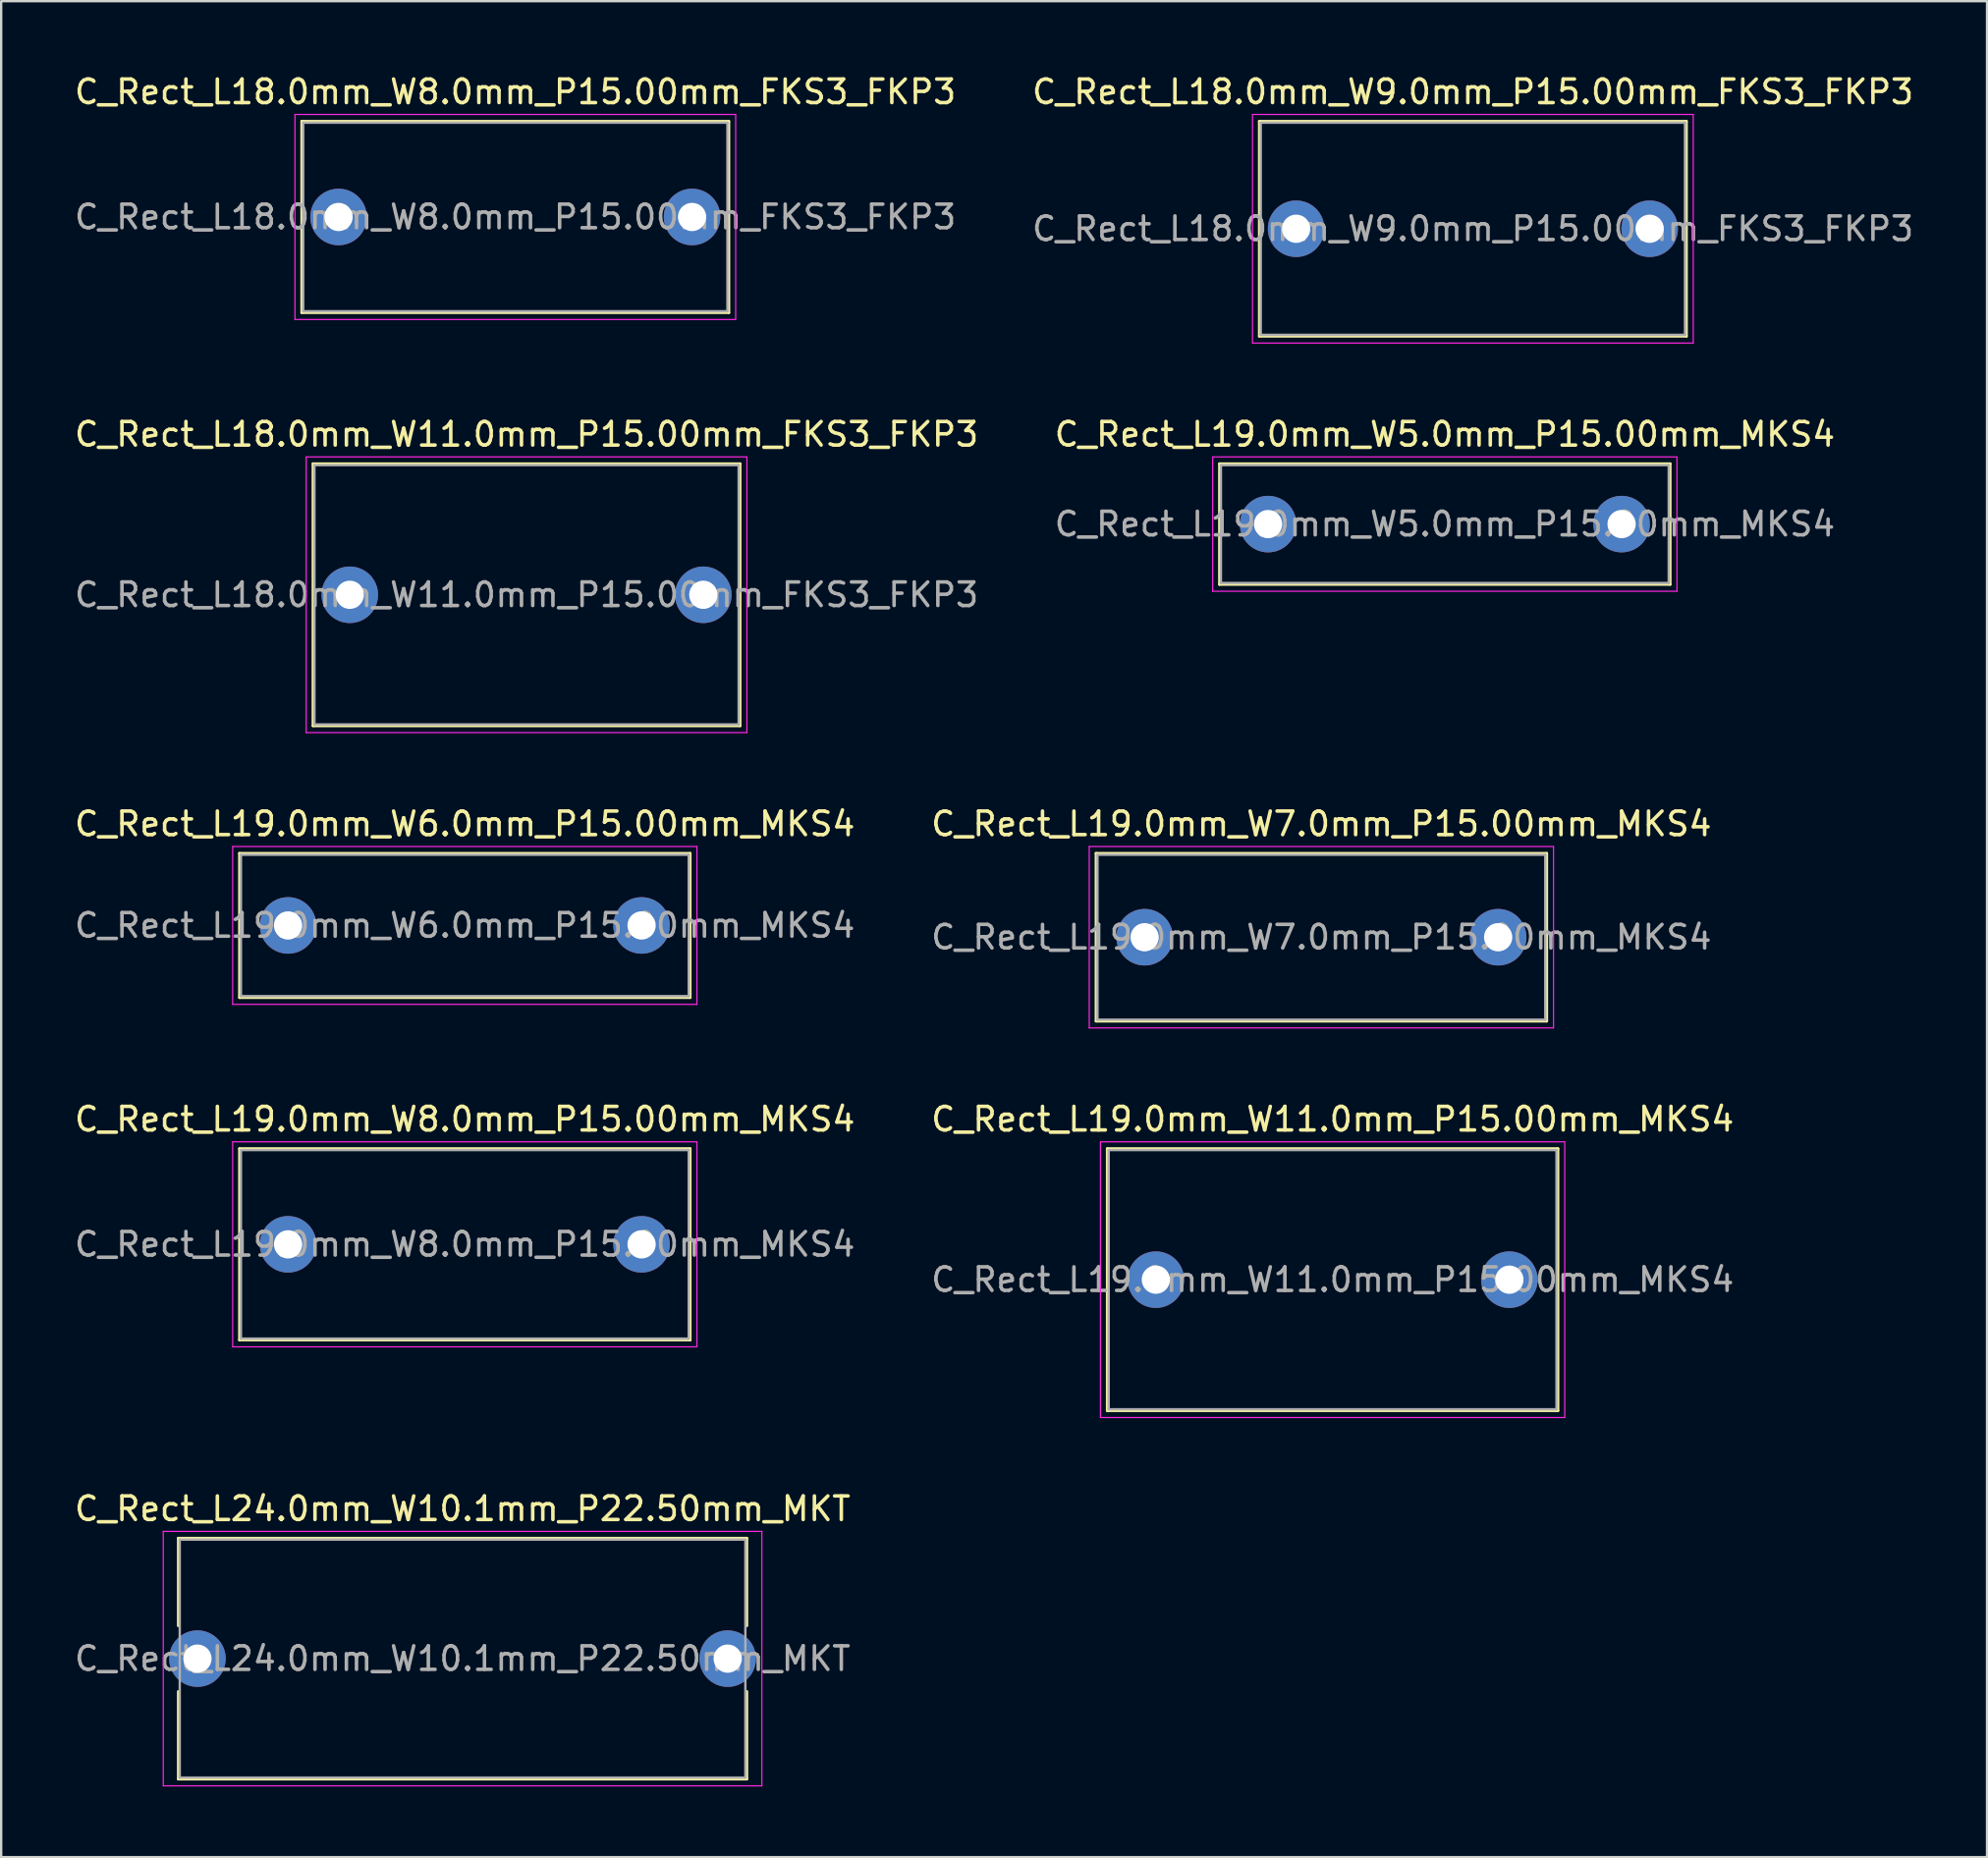
<source format=kicad_pcb>
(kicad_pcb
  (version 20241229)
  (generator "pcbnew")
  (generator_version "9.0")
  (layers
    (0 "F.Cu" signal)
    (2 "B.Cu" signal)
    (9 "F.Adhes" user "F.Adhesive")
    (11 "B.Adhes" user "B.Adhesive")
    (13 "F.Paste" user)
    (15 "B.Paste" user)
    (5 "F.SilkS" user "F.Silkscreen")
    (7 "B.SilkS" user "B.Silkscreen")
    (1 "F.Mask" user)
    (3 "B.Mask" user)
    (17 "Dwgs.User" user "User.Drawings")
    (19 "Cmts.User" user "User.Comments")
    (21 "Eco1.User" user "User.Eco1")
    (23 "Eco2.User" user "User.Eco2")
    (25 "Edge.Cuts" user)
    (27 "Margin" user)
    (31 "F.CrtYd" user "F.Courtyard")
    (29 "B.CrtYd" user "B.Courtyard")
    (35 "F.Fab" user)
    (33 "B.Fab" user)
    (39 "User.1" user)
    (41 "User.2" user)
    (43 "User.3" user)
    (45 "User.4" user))
  (footprint "C_Rect_L18.0mm_W9.0mm_P15.00mm_FKS3_FKP3"
    (layer "F.Cu")
    (at 51.946 6.658)
    (property "Reference" "C_Rect_L18.0mm_W9.0mm_P15.00mm_FKS3_FKP3" (at 7.5 -5.81 0) (layer "F.SilkS") (effects (font (size 1 1) (thickness 0.15))))
    (attr through_hole)
    (fp_line (start -1.56 -4.56) (end -1.56 4.56) (stroke (width 0.12) (type solid)) (layer "F.SilkS"))
    (fp_line (start -1.56 -4.56) (end 16.56 -4.56) (stroke (width 0.12) (type solid)) (layer "F.SilkS"))
    (fp_line (start -1.56 4.56) (end 16.56 4.56) (stroke (width 0.12) (type solid)) (layer "F.SilkS"))
    (fp_line (start 16.56 -4.56) (end 16.56 4.56) (stroke (width 0.12) (type solid)) (layer "F.SilkS"))
    (fp_line (start -1.85 -4.85) (end -1.85 4.85) (stroke (width 0.05) (type solid)) (layer "F.CrtYd"))
    (fp_line (start -1.85 4.85) (end 16.85 4.85) (stroke (width 0.05) (type solid)) (layer "F.CrtYd"))
    (fp_line (start 16.85 -4.85) (end -1.85 -4.85) (stroke (width 0.05) (type solid)) (layer "F.CrtYd"))
    (fp_line (start 16.85 4.85) (end 16.85 -4.85) (stroke (width 0.05) (type solid)) (layer "F.CrtYd"))
    (fp_line (start -1.5 -4.5) (end -1.5 4.5) (stroke (width 0.1) (type solid)) (layer "F.Fab"))
    (fp_line (start -1.5 4.5) (end 16.5 4.5) (stroke (width 0.1) (type solid)) (layer "F.Fab"))
    (fp_line (start 16.5 -4.5) (end -1.5 -4.5) (stroke (width 0.1) (type solid)) (layer "F.Fab"))
    (fp_line (start 16.5 4.5) (end 16.5 -4.5) (stroke (width 0.1) (type solid)) (layer "F.Fab"))
    (fp_text user "${REFERENCE}" (at 7.5 0 0) (layer "F.Fab") (effects (font (size 1 1) (thickness 0.15))))
    (pad "1" thru_hole circle (at 0 0) (size 2.4 2.4) (drill 1.2) (layers "*.Cu" "*.Mask"))
    (pad "2" thru_hole circle (at 15 0) (size 2.4 2.4) (drill 1.2) (layers "*.Cu" "*.Mask")))
  (footprint "C_Rect_L24.0mm_W10.1mm_P22.50mm_MKT"
    (layer "F.Cu")
    (at 5.327 67.341)
    (property "Reference" "C_Rect_L24.0mm_W10.1mm_P22.50mm_MKT" (at 11.25 -6.36 0) (layer "F.SilkS") (effects (font (size 1 1) (thickness 0.15))))
    (attr through_hole)
    (fp_line (start -0.81 -5.11) (end -0.81 -1.395) (stroke (width 0.12) (type solid)) (layer "F.SilkS"))
    (fp_line (start -0.81 -5.11) (end 23.31 -5.11) (stroke (width 0.12) (type solid)) (layer "F.SilkS"))
    (fp_line (start -0.81 1.395) (end -0.81 5.11) (stroke (width 0.12) (type solid)) (layer "F.SilkS"))
    (fp_line (start -0.81 5.11) (end 23.31 5.11) (stroke (width 0.12) (type solid)) (layer "F.SilkS"))
    (fp_line (start 23.31 -5.11) (end 23.31 -1.395) (stroke (width 0.12) (type solid)) (layer "F.SilkS"))
    (fp_line (start 23.31 1.395) (end 23.31 5.11) (stroke (width 0.12) (type solid)) (layer "F.SilkS"))
    (fp_line (start -1.45 -5.4) (end -1.45 5.4) (stroke (width 0.05) (type solid)) (layer "F.CrtYd"))
    (fp_line (start -1.45 5.4) (end 23.95 5.4) (stroke (width 0.05) (type solid)) (layer "F.CrtYd"))
    (fp_line (start 23.95 -5.4) (end -1.45 -5.4) (stroke (width 0.05) (type solid)) (layer "F.CrtYd"))
    (fp_line (start 23.95 5.4) (end 23.95 -5.4) (stroke (width 0.05) (type solid)) (layer "F.CrtYd"))
    (fp_line (start -0.75 -5.05) (end -0.75 5.05) (stroke (width 0.1) (type solid)) (layer "F.Fab"))
    (fp_line (start -0.75 5.05) (end 23.25 5.05) (stroke (width 0.1) (type solid)) (layer "F.Fab"))
    (fp_line (start 23.25 -5.05) (end -0.75 -5.05) (stroke (width 0.1) (type solid)) (layer "F.Fab"))
    (fp_line (start 23.25 5.05) (end 23.25 -5.05) (stroke (width 0.1) (type solid)) (layer "F.Fab"))
    (fp_text user "${REFERENCE}" (at 11.25 0 0) (layer "F.Fab") (effects (font (size 1 1) (thickness 0.15))))
    (pad "1" thru_hole circle (at 0 0) (size 2.4 2.4) (drill 1.2) (layers "*.Cu" "*.Mask"))
    (pad "2" thru_hole circle (at 22.5 0) (size 2.4 2.4) (drill 1.2) (layers "*.Cu" "*.Mask")))
  (footprint "C_Rect_L18.0mm_W8.0mm_P15.00mm_FKS3_FKP3"
    (layer "F.Cu")
    (at 11.315 6.158)
    (property "Reference" "C_Rect_L18.0mm_W8.0mm_P15.00mm_FKS3_FKP3" (at 7.5 -5.31 0) (layer "F.SilkS") (effects (font (size 1 1) (thickness 0.15))))
    (attr through_hole)
    (fp_line (start -1.56 -4.06) (end -1.56 4.06) (stroke (width 0.12) (type solid)) (layer "F.SilkS"))
    (fp_line (start -1.56 -4.06) (end 16.56 -4.06) (stroke (width 0.12) (type solid)) (layer "F.SilkS"))
    (fp_line (start -1.56 4.06) (end 16.56 4.06) (stroke (width 0.12) (type solid)) (layer "F.SilkS"))
    (fp_line (start 16.56 -4.06) (end 16.56 4.06) (stroke (width 0.12) (type solid)) (layer "F.SilkS"))
    (fp_line (start -1.85 -4.35) (end -1.85 4.35) (stroke (width 0.05) (type solid)) (layer "F.CrtYd"))
    (fp_line (start -1.85 4.35) (end 16.85 4.35) (stroke (width 0.05) (type solid)) (layer "F.CrtYd"))
    (fp_line (start 16.85 -4.35) (end -1.85 -4.35) (stroke (width 0.05) (type solid)) (layer "F.CrtYd"))
    (fp_line (start 16.85 4.35) (end 16.85 -4.35) (stroke (width 0.05) (type solid)) (layer "F.CrtYd"))
    (fp_line (start -1.5 -4) (end -1.5 4) (stroke (width 0.1) (type solid)) (layer "F.Fab"))
    (fp_line (start -1.5 4) (end 16.5 4) (stroke (width 0.1) (type solid)) (layer "F.Fab"))
    (fp_line (start 16.5 -4) (end -1.5 -4) (stroke (width 0.1) (type solid)) (layer "F.Fab"))
    (fp_line (start 16.5 4) (end 16.5 -4) (stroke (width 0.1) (type solid)) (layer "F.Fab"))
    (fp_text user "${REFERENCE}" (at 7.5 0 0) (layer "F.Fab") (effects (font (size 1 1) (thickness 0.15))))
    (pad "1" thru_hole circle (at 0 0) (size 2.4 2.4) (drill 1.2) (layers "*.Cu" "*.Mask"))
    (pad "2" thru_hole circle (at 15 0) (size 2.4 2.4) (drill 1.2) (layers "*.Cu" "*.Mask")))
  (footprint "C_Rect_L19.0mm_W6.0mm_P15.00mm_MKS4"
    (layer "F.Cu")
    (at 9.173 36.225)
    (property "Reference" "C_Rect_L19.0mm_W6.0mm_P15.00mm_MKS4" (at 7.5 -4.31 0) (layer "F.SilkS") (effects (font (size 1 1) (thickness 0.15))))
    (attr through_hole)
    (fp_line (start -2.06 -3.06) (end -2.06 3.06) (stroke (width 0.12) (type solid)) (layer "F.SilkS"))
    (fp_line (start -2.06 -3.06) (end 17.06 -3.06) (stroke (width 0.12) (type solid)) (layer "F.SilkS"))
    (fp_line (start -2.06 3.06) (end 17.06 3.06) (stroke (width 0.12) (type solid)) (layer "F.SilkS"))
    (fp_line (start 17.06 -3.06) (end 17.06 3.06) (stroke (width 0.12) (type solid)) (layer "F.SilkS"))
    (fp_line (start -2.35 -3.35) (end -2.35 3.35) (stroke (width 0.05) (type solid)) (layer "F.CrtYd"))
    (fp_line (start -2.35 3.35) (end 17.35 3.35) (stroke (width 0.05) (type solid)) (layer "F.CrtYd"))
    (fp_line (start 17.35 -3.35) (end -2.35 -3.35) (stroke (width 0.05) (type solid)) (layer "F.CrtYd"))
    (fp_line (start 17.35 3.35) (end 17.35 -3.35) (stroke (width 0.05) (type solid)) (layer "F.CrtYd"))
    (fp_line (start -2 -3) (end -2 3) (stroke (width 0.1) (type solid)) (layer "F.Fab"))
    (fp_line (start -2 3) (end 17 3) (stroke (width 0.1) (type solid)) (layer "F.Fab"))
    (fp_line (start 17 -3) (end -2 -3) (stroke (width 0.1) (type solid)) (layer "F.Fab"))
    (fp_line (start 17 3) (end 17 -3) (stroke (width 0.1) (type solid)) (layer "F.Fab"))
    (fp_text user "${REFERENCE}" (at 7.5 0 0) (layer "F.Fab") (effects (font (size 1 1) (thickness 0.15))))
    (pad "1" thru_hole circle (at 0 0) (size 2.4 2.4) (drill 1.2) (layers "*.Cu" "*.Mask"))
    (pad "2" thru_hole circle (at 15 0) (size 2.4 2.4) (drill 1.2) (layers "*.Cu" "*.Mask")))
  (footprint "C_Rect_L19.0mm_W5.0mm_P15.00mm_MKS4"
    (layer "F.Cu")
    (at 50.756 19.192)
    (property "Reference" "C_Rect_L19.0mm_W5.0mm_P15.00mm_MKS4" (at 7.5 -3.81 0) (layer "F.SilkS") (effects (font (size 1 1) (thickness 0.15))))
    (attr through_hole)
    (fp_line (start -2.06 -2.56) (end -2.06 2.56) (stroke (width 0.12) (type solid)) (layer "F.SilkS"))
    (fp_line (start -2.06 -2.56) (end 17.06 -2.56) (stroke (width 0.12) (type solid)) (layer "F.SilkS"))
    (fp_line (start -2.06 2.56) (end 17.06 2.56) (stroke (width 0.12) (type solid)) (layer "F.SilkS"))
    (fp_line (start 17.06 -2.56) (end 17.06 2.56) (stroke (width 0.12) (type solid)) (layer "F.SilkS"))
    (fp_line (start -2.35 -2.85) (end -2.35 2.85) (stroke (width 0.05) (type solid)) (layer "F.CrtYd"))
    (fp_line (start -2.35 2.85) (end 17.35 2.85) (stroke (width 0.05) (type solid)) (layer "F.CrtYd"))
    (fp_line (start 17.35 -2.85) (end -2.35 -2.85) (stroke (width 0.05) (type solid)) (layer "F.CrtYd"))
    (fp_line (start 17.35 2.85) (end 17.35 -2.85) (stroke (width 0.05) (type solid)) (layer "F.CrtYd"))
    (fp_line (start -2 -2.5) (end -2 2.5) (stroke (width 0.1) (type solid)) (layer "F.Fab"))
    (fp_line (start -2 2.5) (end 17 2.5) (stroke (width 0.1) (type solid)) (layer "F.Fab"))
    (fp_line (start 17 -2.5) (end -2 -2.5) (stroke (width 0.1) (type solid)) (layer "F.Fab"))
    (fp_line (start 17 2.5) (end 17 -2.5) (stroke (width 0.1) (type solid)) (layer "F.Fab"))
    (fp_text user "${REFERENCE}" (at 7.5 0 0) (layer "F.Fab") (effects (font (size 1 1) (thickness 0.15))))
    (pad "1" thru_hole circle (at 0 0) (size 2.4 2.4) (drill 1.2) (layers "*.Cu" "*.Mask"))
    (pad "2" thru_hole circle (at 15 0) (size 2.4 2.4) (drill 1.2) (layers "*.Cu" "*.Mask")))
  (footprint "C_Rect_L19.0mm_W7.0mm_P15.00mm_MKS4"
    (layer "F.Cu")
    (at 45.518 36.725)
    (property "Reference" "C_Rect_L19.0mm_W7.0mm_P15.00mm_MKS4" (at 7.5 -4.81 0) (layer "F.SilkS") (effects (font (size 1 1) (thickness 0.15))))
    (attr through_hole)
    (fp_line (start -2.06 -3.56) (end -2.06 3.56) (stroke (width 0.12) (type solid)) (layer "F.SilkS"))
    (fp_line (start -2.06 -3.56) (end 17.06 -3.56) (stroke (width 0.12) (type solid)) (layer "F.SilkS"))
    (fp_line (start -2.06 3.56) (end 17.06 3.56) (stroke (width 0.12) (type solid)) (layer "F.SilkS"))
    (fp_line (start 17.06 -3.56) (end 17.06 3.56) (stroke (width 0.12) (type solid)) (layer "F.SilkS"))
    (fp_line (start -2.35 -3.85) (end -2.35 3.85) (stroke (width 0.05) (type solid)) (layer "F.CrtYd"))
    (fp_line (start -2.35 3.85) (end 17.35 3.85) (stroke (width 0.05) (type solid)) (layer "F.CrtYd"))
    (fp_line (start 17.35 -3.85) (end -2.35 -3.85) (stroke (width 0.05) (type solid)) (layer "F.CrtYd"))
    (fp_line (start 17.35 3.85) (end 17.35 -3.85) (stroke (width 0.05) (type solid)) (layer "F.CrtYd"))
    (fp_line (start -2 -3.5) (end -2 3.5) (stroke (width 0.1) (type solid)) (layer "F.Fab"))
    (fp_line (start -2 3.5) (end 17 3.5) (stroke (width 0.1) (type solid)) (layer "F.Fab"))
    (fp_line (start 17 -3.5) (end -2 -3.5) (stroke (width 0.1) (type solid)) (layer "F.Fab"))
    (fp_line (start 17 3.5) (end 17 -3.5) (stroke (width 0.1) (type solid)) (layer "F.Fab"))
    (fp_text user "${REFERENCE}" (at 7.5 0 0) (layer "F.Fab") (effects (font (size 1 1) (thickness 0.15))))
    (pad "1" thru_hole circle (at 0 0) (size 2.4 2.4) (drill 1.2) (layers "*.Cu" "*.Mask"))
    (pad "2" thru_hole circle (at 15 0) (size 2.4 2.4) (drill 1.2) (layers "*.Cu" "*.Mask")))
  (footprint "C_Rect_L19.0mm_W8.0mm_P15.00mm_MKS4"
    (layer "F.Cu")
    (at 9.173 49.758)
    (property "Reference" "C_Rect_L19.0mm_W8.0mm_P15.00mm_MKS4" (at 7.5 -5.31 0) (layer "F.SilkS") (effects (font (size 1 1) (thickness 0.15))))
    (attr through_hole)
    (fp_line (start -2.06 -4.06) (end -2.06 4.06) (stroke (width 0.12) (type solid)) (layer "F.SilkS"))
    (fp_line (start -2.06 -4.06) (end 17.06 -4.06) (stroke (width 0.12) (type solid)) (layer "F.SilkS"))
    (fp_line (start -2.06 4.06) (end 17.06 4.06) (stroke (width 0.12) (type solid)) (layer "F.SilkS"))
    (fp_line (start 17.06 -4.06) (end 17.06 4.06) (stroke (width 0.12) (type solid)) (layer "F.SilkS"))
    (fp_line (start -2.35 -4.35) (end -2.35 4.35) (stroke (width 0.05) (type solid)) (layer "F.CrtYd"))
    (fp_line (start -2.35 4.35) (end 17.35 4.35) (stroke (width 0.05) (type solid)) (layer "F.CrtYd"))
    (fp_line (start 17.35 -4.35) (end -2.35 -4.35) (stroke (width 0.05) (type solid)) (layer "F.CrtYd"))
    (fp_line (start 17.35 4.35) (end 17.35 -4.35) (stroke (width 0.05) (type solid)) (layer "F.CrtYd"))
    (fp_line (start -2 -4) (end -2 4) (stroke (width 0.1) (type solid)) (layer "F.Fab"))
    (fp_line (start -2 4) (end 17 4) (stroke (width 0.1) (type solid)) (layer "F.Fab"))
    (fp_line (start 17 -4) (end -2 -4) (stroke (width 0.1) (type solid)) (layer "F.Fab"))
    (fp_line (start 17 4) (end 17 -4) (stroke (width 0.1) (type solid)) (layer "F.Fab"))
    (fp_text user "${REFERENCE}" (at 7.5 0 0) (layer "F.Fab") (effects (font (size 1 1) (thickness 0.15))))
    (pad "1" thru_hole circle (at 0 0) (size 2.4 2.4) (drill 1.2) (layers "*.Cu" "*.Mask"))
    (pad "2" thru_hole circle (at 15 0) (size 2.4 2.4) (drill 1.2) (layers "*.Cu" "*.Mask")))
  (footprint "C_Rect_L18.0mm_W11.0mm_P15.00mm_FKS3_FKP3"
    (layer "F.Cu")
    (at 11.792 22.192)
    (property "Reference" "C_Rect_L18.0mm_W11.0mm_P15.00mm_FKS3_FKP3" (at 7.5 -6.81 0) (layer "F.SilkS") (effects (font (size 1 1) (thickness 0.15))))
    (attr through_hole)
    (fp_line (start -1.56 -5.56) (end -1.56 5.56) (stroke (width 0.12) (type solid)) (layer "F.SilkS"))
    (fp_line (start -1.56 -5.56) (end 16.56 -5.56) (stroke (width 0.12) (type solid)) (layer "F.SilkS"))
    (fp_line (start -1.56 5.56) (end 16.56 5.56) (stroke (width 0.12) (type solid)) (layer "F.SilkS"))
    (fp_line (start 16.56 -5.56) (end 16.56 5.56) (stroke (width 0.12) (type solid)) (layer "F.SilkS"))
    (fp_line (start -1.85 -5.85) (end -1.85 5.85) (stroke (width 0.05) (type solid)) (layer "F.CrtYd"))
    (fp_line (start -1.85 5.85) (end 16.85 5.85) (stroke (width 0.05) (type solid)) (layer "F.CrtYd"))
    (fp_line (start 16.85 -5.85) (end -1.85 -5.85) (stroke (width 0.05) (type solid)) (layer "F.CrtYd"))
    (fp_line (start 16.85 5.85) (end 16.85 -5.85) (stroke (width 0.05) (type solid)) (layer "F.CrtYd"))
    (fp_line (start -1.5 -5.5) (end -1.5 5.5) (stroke (width 0.1) (type solid)) (layer "F.Fab"))
    (fp_line (start -1.5 5.5) (end 16.5 5.5) (stroke (width 0.1) (type solid)) (layer "F.Fab"))
    (fp_line (start 16.5 -5.5) (end -1.5 -5.5) (stroke (width 0.1) (type solid)) (layer "F.Fab"))
    (fp_line (start 16.5 5.5) (end 16.5 -5.5) (stroke (width 0.1) (type solid)) (layer "F.Fab"))
    (fp_text user "${REFERENCE}" (at 7.5 0 0) (layer "F.Fab") (effects (font (size 1 1) (thickness 0.15))))
    (pad "1" thru_hole circle (at 0 0) (size 2.4 2.4) (drill 1.2) (layers "*.Cu" "*.Mask"))
    (pad "2" thru_hole circle (at 15 0) (size 2.4 2.4) (drill 1.2) (layers "*.Cu" "*.Mask")))
  (footprint "C_Rect_L19.0mm_W11.0mm_P15.00mm_MKS4"
    (layer "F.Cu")
    (at 45.994 51.258)
    (property "Reference" "C_Rect_L19.0mm_W11.0mm_P15.00mm_MKS4" (at 7.5 -6.81 0) (layer "F.SilkS") (effects (font (size 1 1) (thickness 0.15))))
    (attr through_hole)
    (fp_line (start -2.06 -5.56) (end -2.06 5.56) (stroke (width 0.12) (type solid)) (layer "F.SilkS"))
    (fp_line (start -2.06 -5.56) (end 17.06 -5.56) (stroke (width 0.12) (type solid)) (layer "F.SilkS"))
    (fp_line (start -2.06 5.56) (end 17.06 5.56) (stroke (width 0.12) (type solid)) (layer "F.SilkS"))
    (fp_line (start 17.06 -5.56) (end 17.06 5.56) (stroke (width 0.12) (type solid)) (layer "F.SilkS"))
    (fp_line (start -2.35 -5.85) (end -2.35 5.85) (stroke (width 0.05) (type solid)) (layer "F.CrtYd"))
    (fp_line (start -2.35 5.85) (end 17.35 5.85) (stroke (width 0.05) (type solid)) (layer "F.CrtYd"))
    (fp_line (start 17.35 -5.85) (end -2.35 -5.85) (stroke (width 0.05) (type solid)) (layer "F.CrtYd"))
    (fp_line (start 17.35 5.85) (end 17.35 -5.85) (stroke (width 0.05) (type solid)) (layer "F.CrtYd"))
    (fp_line (start -2 -5.5) (end -2 5.5) (stroke (width 0.1) (type solid)) (layer "F.Fab"))
    (fp_line (start -2 5.5) (end 17 5.5) (stroke (width 0.1) (type solid)) (layer "F.Fab"))
    (fp_line (start 17 -5.5) (end -2 -5.5) (stroke (width 0.1) (type solid)) (layer "F.Fab"))
    (fp_line (start 17 5.5) (end 17 -5.5) (stroke (width 0.1) (type solid)) (layer "F.Fab"))
    (fp_text user "${REFERENCE}" (at 7.5 0 0) (layer "F.Fab") (effects (font (size 1 1) (thickness 0.15))))
    (pad "1" thru_hole circle (at 0 0) (size 2.4 2.4) (drill 1.2) (layers "*.Cu" "*.Mask"))
    (pad "2" thru_hole circle (at 15 0) (size 2.4 2.4) (drill 1.2) (layers "*.Cu" "*.Mask")))
  (gr_rect
    (start -3 -3)
    (end 81.262 75.766)
    (stroke (width 0.1) (type default))
    (fill no)
    (layer "Edge.Cuts")))
</source>
